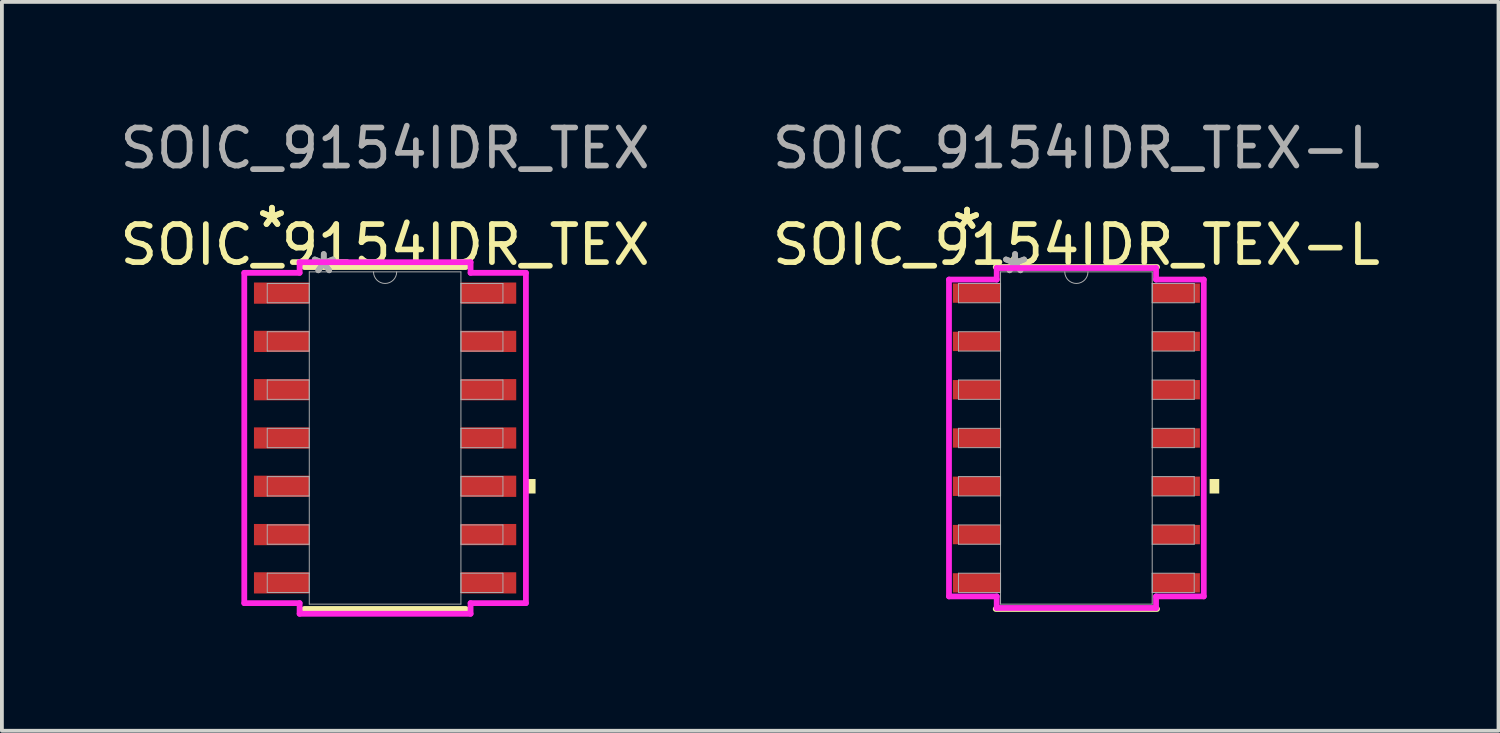
<source format=kicad_pcb>
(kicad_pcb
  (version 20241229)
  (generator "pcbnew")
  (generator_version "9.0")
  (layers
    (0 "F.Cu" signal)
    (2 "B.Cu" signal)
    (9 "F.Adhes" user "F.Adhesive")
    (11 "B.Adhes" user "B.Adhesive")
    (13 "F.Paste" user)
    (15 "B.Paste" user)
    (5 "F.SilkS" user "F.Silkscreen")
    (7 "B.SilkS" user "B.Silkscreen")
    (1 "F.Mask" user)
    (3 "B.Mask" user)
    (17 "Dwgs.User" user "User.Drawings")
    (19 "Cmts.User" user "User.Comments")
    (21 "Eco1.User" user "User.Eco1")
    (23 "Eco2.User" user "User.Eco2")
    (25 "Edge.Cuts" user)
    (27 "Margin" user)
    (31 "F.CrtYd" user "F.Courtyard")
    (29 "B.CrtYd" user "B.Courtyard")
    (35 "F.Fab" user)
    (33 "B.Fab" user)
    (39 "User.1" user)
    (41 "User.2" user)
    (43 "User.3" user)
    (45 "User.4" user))
  (footprint "SOIC_9154IDR_TEX"
    (layer "F.Cu")
    (at 7.077 8.468)
    (property "Reference" "SOIC_9154IDR_TEX" (at 0 -5.08 0) (unlocked yes) (layer "F.SilkS") (effects (font (size 1 1) (thickness 0.15))))
    (attr smd)
    (fp_line (start -2.121 4.496) (end 2.121 4.496) (stroke (width 0.152) (type solid)) (layer "F.SilkS"))
    (fp_line (start 2.121 -4.496) (end -2.121 -4.496) (stroke (width 0.152) (type solid)) (layer "F.SilkS"))
    (fp_poly (pts (xy 3.957 1.079) (xy 3.957 1.46) (xy 3.703 1.46) (xy 3.703 1.079)) (stroke (width 0) (type solid)) (fill yes) (layer "F.SilkS"))
    (fp_line (start -3.703 -4.343) (end -2.248 -4.343) (stroke (width 0.152) (type solid)) (layer "F.CrtYd"))
    (fp_line (start -3.703 4.343) (end -3.703 -4.343) (stroke (width 0.152) (type solid)) (layer "F.CrtYd"))
    (fp_line (start -3.703 4.343) (end -2.248 4.343) (stroke (width 0.152) (type solid)) (layer "F.CrtYd"))
    (fp_line (start -2.248 -4.623) (end 2.248 -4.623) (stroke (width 0.152) (type solid)) (layer "F.CrtYd"))
    (fp_line (start -2.248 -4.343) (end -2.248 -4.623) (stroke (width 0.152) (type solid)) (layer "F.CrtYd"))
    (fp_line (start -2.248 4.623) (end -2.248 4.343) (stroke (width 0.152) (type solid)) (layer "F.CrtYd"))
    (fp_line (start 2.248 -4.623) (end 2.248 -4.343) (stroke (width 0.152) (type solid)) (layer "F.CrtYd"))
    (fp_line (start 2.248 4.343) (end 2.248 4.623) (stroke (width 0.152) (type solid)) (layer "F.CrtYd"))
    (fp_line (start 2.248 4.623) (end -2.248 4.623) (stroke (width 0.152) (type solid)) (layer "F.CrtYd"))
    (fp_line (start 3.703 -4.343) (end 2.248 -4.343) (stroke (width 0.152) (type solid)) (layer "F.CrtYd"))
    (fp_line (start 3.703 -4.343) (end 3.703 4.343) (stroke (width 0.152) (type solid)) (layer "F.CrtYd"))
    (fp_line (start 3.703 4.343) (end 2.248 4.343) (stroke (width 0.152) (type solid)) (layer "F.CrtYd"))
    (fp_line (start -3.099 -4.064) (end -3.099 -3.556) (stroke (width 0.025) (type solid)) (layer "F.Fab"))
    (fp_line (start -3.099 -3.556) (end -1.994 -3.556) (stroke (width 0.025) (type solid)) (layer "F.Fab"))
    (fp_line (start -3.099 -2.794) (end -3.099 -2.286) (stroke (width 0.025) (type solid)) (layer "F.Fab"))
    (fp_line (start -3.099 -2.286) (end -1.994 -2.286) (stroke (width 0.025) (type solid)) (layer "F.Fab"))
    (fp_line (start -3.099 -1.524) (end -3.099 -1.016) (stroke (width 0.025) (type solid)) (layer "F.Fab"))
    (fp_line (start -3.099 -1.016) (end -1.994 -1.016) (stroke (width 0.025) (type solid)) (layer "F.Fab"))
    (fp_line (start -3.099 -0.254) (end -3.099 0.254) (stroke (width 0.025) (type solid)) (layer "F.Fab"))
    (fp_line (start -3.099 0.254) (end -1.994 0.254) (stroke (width 0.025) (type solid)) (layer "F.Fab"))
    (fp_line (start -3.099 1.016) (end -3.099 1.524) (stroke (width 0.025) (type solid)) (layer "F.Fab"))
    (fp_line (start -3.099 1.524) (end -1.994 1.524) (stroke (width 0.025) (type solid)) (layer "F.Fab"))
    (fp_line (start -3.099 2.286) (end -3.099 2.794) (stroke (width 0.025) (type solid)) (layer "F.Fab"))
    (fp_line (start -3.099 2.794) (end -1.994 2.794) (stroke (width 0.025) (type solid)) (layer "F.Fab"))
    (fp_line (start -3.099 3.556) (end -3.099 4.064) (stroke (width 0.025) (type solid)) (layer "F.Fab"))
    (fp_line (start -3.099 4.064) (end -1.994 4.064) (stroke (width 0.025) (type solid)) (layer "F.Fab"))
    (fp_line (start -1.994 -4.369) (end -1.994 4.369) (stroke (width 0.025) (type solid)) (layer "F.Fab"))
    (fp_line (start -1.994 -4.064) (end -3.099 -4.064) (stroke (width 0.025) (type solid)) (layer "F.Fab"))
    (fp_line (start -1.994 -3.556) (end -1.994 -4.064) (stroke (width 0.025) (type solid)) (layer "F.Fab"))
    (fp_line (start -1.994 -2.794) (end -3.099 -2.794) (stroke (width 0.025) (type solid)) (layer "F.Fab"))
    (fp_line (start -1.994 -2.286) (end -1.994 -2.794) (stroke (width 0.025) (type solid)) (layer "F.Fab"))
    (fp_line (start -1.994 -1.524) (end -3.099 -1.524) (stroke (width 0.025) (type solid)) (layer "F.Fab"))
    (fp_line (start -1.994 -1.016) (end -1.994 -1.524) (stroke (width 0.025) (type solid)) (layer "F.Fab"))
    (fp_line (start -1.994 -0.254) (end -3.099 -0.254) (stroke (width 0.025) (type solid)) (layer "F.Fab"))
    (fp_line (start -1.994 0.254) (end -1.994 -0.254) (stroke (width 0.025) (type solid)) (layer "F.Fab"))
    (fp_line (start -1.994 1.016) (end -3.099 1.016) (stroke (width 0.025) (type solid)) (layer "F.Fab"))
    (fp_line (start -1.994 1.524) (end -1.994 1.016) (stroke (width 0.025) (type solid)) (layer "F.Fab"))
    (fp_line (start -1.994 2.286) (end -3.099 2.286) (stroke (width 0.025) (type solid)) (layer "F.Fab"))
    (fp_line (start -1.994 2.794) (end -1.994 2.286) (stroke (width 0.025) (type solid)) (layer "F.Fab"))
    (fp_line (start -1.994 3.556) (end -3.099 3.556) (stroke (width 0.025) (type solid)) (layer "F.Fab"))
    (fp_line (start -1.994 4.064) (end -1.994 3.556) (stroke (width 0.025) (type solid)) (layer "F.Fab"))
    (fp_line (start -1.994 4.369) (end 1.994 4.369) (stroke (width 0.025) (type solid)) (layer "F.Fab"))
    (fp_line (start 1.994 -4.369) (end -1.994 -4.369) (stroke (width 0.025) (type solid)) (layer "F.Fab"))
    (fp_line (start 1.994 -4.064) (end 1.994 -3.556) (stroke (width 0.025) (type solid)) (layer "F.Fab"))
    (fp_line (start 1.994 -3.556) (end 3.099 -3.556) (stroke (width 0.025) (type solid)) (layer "F.Fab"))
    (fp_line (start 1.994 -2.794) (end 1.994 -2.286) (stroke (width 0.025) (type solid)) (layer "F.Fab"))
    (fp_line (start 1.994 -2.286) (end 3.099 -2.286) (stroke (width 0.025) (type solid)) (layer "F.Fab"))
    (fp_line (start 1.994 -1.524) (end 1.994 -1.016) (stroke (width 0.025) (type solid)) (layer "F.Fab"))
    (fp_line (start 1.994 -1.016) (end 3.099 -1.016) (stroke (width 0.025) (type solid)) (layer "F.Fab"))
    (fp_line (start 1.994 -0.254) (end 1.994 0.254) (stroke (width 0.025) (type solid)) (layer "F.Fab"))
    (fp_line (start 1.994 0.254) (end 3.099 0.254) (stroke (width 0.025) (type solid)) (layer "F.Fab"))
    (fp_line (start 1.994 1.016) (end 1.994 1.524) (stroke (width 0.025) (type solid)) (layer "F.Fab"))
    (fp_line (start 1.994 1.524) (end 3.099 1.524) (stroke (width 0.025) (type solid)) (layer "F.Fab"))
    (fp_line (start 1.994 2.286) (end 1.994 2.794) (stroke (width 0.025) (type solid)) (layer "F.Fab"))
    (fp_line (start 1.994 2.794) (end 3.099 2.794) (stroke (width 0.025) (type solid)) (layer "F.Fab"))
    (fp_line (start 1.994 3.556) (end 1.994 4.064) (stroke (width 0.025) (type solid)) (layer "F.Fab"))
    (fp_line (start 1.994 4.064) (end 3.099 4.064) (stroke (width 0.025) (type solid)) (layer "F.Fab"))
    (fp_line (start 1.994 4.369) (end 1.994 -4.369) (stroke (width 0.025) (type solid)) (layer "F.Fab"))
    (fp_line (start 3.099 -4.064) (end 1.994 -4.064) (stroke (width 0.025) (type solid)) (layer "F.Fab"))
    (fp_line (start 3.099 -3.556) (end 3.099 -4.064) (stroke (width 0.025) (type solid)) (layer "F.Fab"))
    (fp_line (start 3.099 -2.794) (end 1.994 -2.794) (stroke (width 0.025) (type solid)) (layer "F.Fab"))
    (fp_line (start 3.099 -2.286) (end 3.099 -2.794) (stroke (width 0.025) (type solid)) (layer "F.Fab"))
    (fp_line (start 3.099 -1.524) (end 1.994 -1.524) (stroke (width 0.025) (type solid)) (layer "F.Fab"))
    (fp_line (start 3.099 -1.016) (end 3.099 -1.524) (stroke (width 0.025) (type solid)) (layer "F.Fab"))
    (fp_line (start 3.099 -0.254) (end 1.994 -0.254) (stroke (width 0.025) (type solid)) (layer "F.Fab"))
    (fp_line (start 3.099 0.254) (end 3.099 -0.254) (stroke (width 0.025) (type solid)) (layer "F.Fab"))
    (fp_line (start 3.099 1.016) (end 1.994 1.016) (stroke (width 0.025) (type solid)) (layer "F.Fab"))
    (fp_line (start 3.099 1.524) (end 3.099 1.016) (stroke (width 0.025) (type solid)) (layer "F.Fab"))
    (fp_line (start 3.099 2.286) (end 1.994 2.286) (stroke (width 0.025) (type solid)) (layer "F.Fab"))
    (fp_line (start 3.099 2.794) (end 3.099 2.286) (stroke (width 0.025) (type solid)) (layer "F.Fab"))
    (fp_line (start 3.099 3.556) (end 1.994 3.556) (stroke (width 0.025) (type solid)) (layer "F.Fab"))
    (fp_line (start 3.099 4.064) (end 3.099 3.556) (stroke (width 0.025) (type solid)) (layer "F.Fab"))
    (fp_arc (start 0.3048 -4.3688) (mid 0 -4.064) (end -0.3048 -4.3688) (stroke (width 0.0254) (type solid)) (layer "F.Fab"))
    (fp_text user "*" (at -2.975 -5.511 0) (unlocked yes) (layer "F.SilkS") (effects (font (size 1 1) (thickness 0.15))))
    (fp_text user "*" (at -2.975 -5.511 0) (layer "F.SilkS") (effects (font (size 1 1) (thickness 0.15))))
    (fp_text user "*" (at -1.613 -4.293 0) (unlocked yes) (layer "F.Fab") (effects (font (size 1 1) (thickness 0.15))))
    (fp_text user "*" (at -1.613 -4.293 0) (layer "F.Fab") (effects (font (size 1 1) (thickness 0.15))))
    (fp_text user "${REFERENCE}" (at 0 -7.62 0) (unlocked yes) (layer "F.Fab") (effects (font (size 1 1) (thickness 0.15))))
    (pad "1" smd rect (at -2.721 -3.81) (size 1.455 0.558) (layers "F.Cu" "F.Mask" "F.Paste"))
    (pad "2" smd rect (at -2.721 -2.54) (size 1.455 0.558) (layers "F.Cu" "F.Mask" "F.Paste"))
    (pad "3" smd rect (at -2.721 -1.27) (size 1.455 0.558) (layers "F.Cu" "F.Mask" "F.Paste"))
    (pad "4" smd rect (at -2.721 0) (size 1.455 0.558) (layers "F.Cu" "F.Mask" "F.Paste"))
    (pad "5" smd rect (at -2.721 1.27) (size 1.455 0.558) (layers "F.Cu" "F.Mask" "F.Paste"))
    (pad "6" smd rect (at -2.721 2.54) (size 1.455 0.558) (layers "F.Cu" "F.Mask" "F.Paste"))
    (pad "7" smd rect (at -2.721 3.81) (size 1.455 0.558) (layers "F.Cu" "F.Mask" "F.Paste"))
    (pad "8" smd rect (at 2.721 3.81) (size 1.455 0.558) (layers "F.Cu" "F.Mask" "F.Paste"))
    (pad "9" smd rect (at 2.721 2.54) (size 1.455 0.558) (layers "F.Cu" "F.Mask" "F.Paste"))
    (pad "10" smd rect (at 2.721 1.27) (size 1.455 0.558) (layers "F.Cu" "F.Mask" "F.Paste"))
    (pad "11" smd rect (at 2.721 0) (size 1.455 0.558) (layers "F.Cu" "F.Mask" "F.Paste"))
    (pad "12" smd rect (at 2.721 -1.27) (size 1.455 0.558) (layers "F.Cu" "F.Mask" "F.Paste"))
    (pad "13" smd rect (at 2.721 -2.54) (size 1.455 0.558) (layers "F.Cu" "F.Mask" "F.Paste"))
    (pad "14" smd rect (at 2.721 -3.81) (size 1.455 0.558) (layers "F.Cu" "F.Mask" "F.Paste")))
  (footprint "SOIC_9154IDR_TEX-L"
    (layer "F.Cu")
    (at 25.256 8.468)
    (property "Reference" "SOIC_9154IDR_TEX-L" (at 0 -5.08 0) (unlocked yes) (layer "F.SilkS") (effects (font (size 1 1) (thickness 0.15))))
    (attr smd)
    (fp_line (start -2.121 4.496) (end 2.121 4.496) (stroke (width 0.152) (type solid)) (layer "F.SilkS"))
    (fp_line (start 2.121 -4.496) (end -2.121 -4.496) (stroke (width 0.152) (type solid)) (layer "F.SilkS"))
    (fp_poly (pts (xy 3.757 1.079) (xy 3.757 1.46) (xy 3.503 1.46) (xy 3.503 1.079)) (stroke (width 0) (type solid)) (fill yes) (layer "F.SilkS"))
    (fp_line (start -3.35 -4.166) (end -2.095 -4.166) (stroke (width 0.152) (type solid)) (layer "F.CrtYd"))
    (fp_line (start -3.35 4.166) (end -3.35 -4.166) (stroke (width 0.152) (type solid)) (layer "F.CrtYd"))
    (fp_line (start -3.35 4.166) (end -2.095 4.166) (stroke (width 0.152) (type solid)) (layer "F.CrtYd"))
    (fp_line (start -2.095 -4.47) (end 2.095 -4.47) (stroke (width 0.152) (type solid)) (layer "F.CrtYd"))
    (fp_line (start -2.095 -4.166) (end -2.095 -4.47) (stroke (width 0.152) (type solid)) (layer "F.CrtYd"))
    (fp_line (start -2.095 4.47) (end -2.095 4.166) (stroke (width 0.152) (type solid)) (layer "F.CrtYd"))
    (fp_line (start 2.095 -4.47) (end 2.095 -4.166) (stroke (width 0.152) (type solid)) (layer "F.CrtYd"))
    (fp_line (start 2.095 4.166) (end 2.095 4.47) (stroke (width 0.152) (type solid)) (layer "F.CrtYd"))
    (fp_line (start 2.095 4.47) (end -2.095 4.47) (stroke (width 0.152) (type solid)) (layer "F.CrtYd"))
    (fp_line (start 3.35 -4.166) (end 2.095 -4.166) (stroke (width 0.152) (type solid)) (layer "F.CrtYd"))
    (fp_line (start 3.35 -4.166) (end 3.35 4.166) (stroke (width 0.152) (type solid)) (layer "F.CrtYd"))
    (fp_line (start 3.35 4.166) (end 2.095 4.166) (stroke (width 0.152) (type solid)) (layer "F.CrtYd"))
    (fp_line (start -3.099 -4.064) (end -3.099 -3.556) (stroke (width 0.025) (type solid)) (layer "F.Fab"))
    (fp_line (start -3.099 -3.556) (end -1.994 -3.556) (stroke (width 0.025) (type solid)) (layer "F.Fab"))
    (fp_line (start -3.099 -2.794) (end -3.099 -2.286) (stroke (width 0.025) (type solid)) (layer "F.Fab"))
    (fp_line (start -3.099 -2.286) (end -1.994 -2.286) (stroke (width 0.025) (type solid)) (layer "F.Fab"))
    (fp_line (start -3.099 -1.524) (end -3.099 -1.016) (stroke (width 0.025) (type solid)) (layer "F.Fab"))
    (fp_line (start -3.099 -1.016) (end -1.994 -1.016) (stroke (width 0.025) (type solid)) (layer "F.Fab"))
    (fp_line (start -3.099 -0.254) (end -3.099 0.254) (stroke (width 0.025) (type solid)) (layer "F.Fab"))
    (fp_line (start -3.099 0.254) (end -1.994 0.254) (stroke (width 0.025) (type solid)) (layer "F.Fab"))
    (fp_line (start -3.099 1.016) (end -3.099 1.524) (stroke (width 0.025) (type solid)) (layer "F.Fab"))
    (fp_line (start -3.099 1.524) (end -1.994 1.524) (stroke (width 0.025) (type solid)) (layer "F.Fab"))
    (fp_line (start -3.099 2.286) (end -3.099 2.794) (stroke (width 0.025) (type solid)) (layer "F.Fab"))
    (fp_line (start -3.099 2.794) (end -1.994 2.794) (stroke (width 0.025) (type solid)) (layer "F.Fab"))
    (fp_line (start -3.099 3.556) (end -3.099 4.064) (stroke (width 0.025) (type solid)) (layer "F.Fab"))
    (fp_line (start -3.099 4.064) (end -1.994 4.064) (stroke (width 0.025) (type solid)) (layer "F.Fab"))
    (fp_line (start -1.994 -4.369) (end -1.994 4.369) (stroke (width 0.025) (type solid)) (layer "F.Fab"))
    (fp_line (start -1.994 -4.064) (end -3.099 -4.064) (stroke (width 0.025) (type solid)) (layer "F.Fab"))
    (fp_line (start -1.994 -3.556) (end -1.994 -4.064) (stroke (width 0.025) (type solid)) (layer "F.Fab"))
    (fp_line (start -1.994 -2.794) (end -3.099 -2.794) (stroke (width 0.025) (type solid)) (layer "F.Fab"))
    (fp_line (start -1.994 -2.286) (end -1.994 -2.794) (stroke (width 0.025) (type solid)) (layer "F.Fab"))
    (fp_line (start -1.994 -1.524) (end -3.099 -1.524) (stroke (width 0.025) (type solid)) (layer "F.Fab"))
    (fp_line (start -1.994 -1.016) (end -1.994 -1.524) (stroke (width 0.025) (type solid)) (layer "F.Fab"))
    (fp_line (start -1.994 -0.254) (end -3.099 -0.254) (stroke (width 0.025) (type solid)) (layer "F.Fab"))
    (fp_line (start -1.994 0.254) (end -1.994 -0.254) (stroke (width 0.025) (type solid)) (layer "F.Fab"))
    (fp_line (start -1.994 1.016) (end -3.099 1.016) (stroke (width 0.025) (type solid)) (layer "F.Fab"))
    (fp_line (start -1.994 1.524) (end -1.994 1.016) (stroke (width 0.025) (type solid)) (layer "F.Fab"))
    (fp_line (start -1.994 2.286) (end -3.099 2.286) (stroke (width 0.025) (type solid)) (layer "F.Fab"))
    (fp_line (start -1.994 2.794) (end -1.994 2.286) (stroke (width 0.025) (type solid)) (layer "F.Fab"))
    (fp_line (start -1.994 3.556) (end -3.099 3.556) (stroke (width 0.025) (type solid)) (layer "F.Fab"))
    (fp_line (start -1.994 4.064) (end -1.994 3.556) (stroke (width 0.025) (type solid)) (layer "F.Fab"))
    (fp_line (start -1.994 4.369) (end 1.994 4.369) (stroke (width 0.025) (type solid)) (layer "F.Fab"))
    (fp_line (start 1.994 -4.369) (end -1.994 -4.369) (stroke (width 0.025) (type solid)) (layer "F.Fab"))
    (fp_line (start 1.994 -4.064) (end 1.994 -3.556) (stroke (width 0.025) (type solid)) (layer "F.Fab"))
    (fp_line (start 1.994 -3.556) (end 3.099 -3.556) (stroke (width 0.025) (type solid)) (layer "F.Fab"))
    (fp_line (start 1.994 -2.794) (end 1.994 -2.286) (stroke (width 0.025) (type solid)) (layer "F.Fab"))
    (fp_line (start 1.994 -2.286) (end 3.099 -2.286) (stroke (width 0.025) (type solid)) (layer "F.Fab"))
    (fp_line (start 1.994 -1.524) (end 1.994 -1.016) (stroke (width 0.025) (type solid)) (layer "F.Fab"))
    (fp_line (start 1.994 -1.016) (end 3.099 -1.016) (stroke (width 0.025) (type solid)) (layer "F.Fab"))
    (fp_line (start 1.994 -0.254) (end 1.994 0.254) (stroke (width 0.025) (type solid)) (layer "F.Fab"))
    (fp_line (start 1.994 0.254) (end 3.099 0.254) (stroke (width 0.025) (type solid)) (layer "F.Fab"))
    (fp_line (start 1.994 1.016) (end 1.994 1.524) (stroke (width 0.025) (type solid)) (layer "F.Fab"))
    (fp_line (start 1.994 1.524) (end 3.099 1.524) (stroke (width 0.025) (type solid)) (layer "F.Fab"))
    (fp_line (start 1.994 2.286) (end 1.994 2.794) (stroke (width 0.025) (type solid)) (layer "F.Fab"))
    (fp_line (start 1.994 2.794) (end 3.099 2.794) (stroke (width 0.025) (type solid)) (layer "F.Fab"))
    (fp_line (start 1.994 3.556) (end 1.994 4.064) (stroke (width 0.025) (type solid)) (layer "F.Fab"))
    (fp_line (start 1.994 4.064) (end 3.099 4.064) (stroke (width 0.025) (type solid)) (layer "F.Fab"))
    (fp_line (start 1.994 4.369) (end 1.994 -4.369) (stroke (width 0.025) (type solid)) (layer "F.Fab"))
    (fp_line (start 3.099 -4.064) (end 1.994 -4.064) (stroke (width 0.025) (type solid)) (layer "F.Fab"))
    (fp_line (start 3.099 -3.556) (end 3.099 -4.064) (stroke (width 0.025) (type solid)) (layer "F.Fab"))
    (fp_line (start 3.099 -2.794) (end 1.994 -2.794) (stroke (width 0.025) (type solid)) (layer "F.Fab"))
    (fp_line (start 3.099 -2.286) (end 3.099 -2.794) (stroke (width 0.025) (type solid)) (layer "F.Fab"))
    (fp_line (start 3.099 -1.524) (end 1.994 -1.524) (stroke (width 0.025) (type solid)) (layer "F.Fab"))
    (fp_line (start 3.099 -1.016) (end 3.099 -1.524) (stroke (width 0.025) (type solid)) (layer "F.Fab"))
    (fp_line (start 3.099 -0.254) (end 1.994 -0.254) (stroke (width 0.025) (type solid)) (layer "F.Fab"))
    (fp_line (start 3.099 0.254) (end 3.099 -0.254) (stroke (width 0.025) (type solid)) (layer "F.Fab"))
    (fp_line (start 3.099 1.016) (end 1.994 1.016) (stroke (width 0.025) (type solid)) (layer "F.Fab"))
    (fp_line (start 3.099 1.524) (end 3.099 1.016) (stroke (width 0.025) (type solid)) (layer "F.Fab"))
    (fp_line (start 3.099 2.286) (end 1.994 2.286) (stroke (width 0.025) (type solid)) (layer "F.Fab"))
    (fp_line (start 3.099 2.794) (end 3.099 2.286) (stroke (width 0.025) (type solid)) (layer "F.Fab"))
    (fp_line (start 3.099 3.556) (end 1.994 3.556) (stroke (width 0.025) (type solid)) (layer "F.Fab"))
    (fp_line (start 3.099 4.064) (end 3.099 3.556) (stroke (width 0.025) (type solid)) (layer "F.Fab"))
    (fp_arc (start 0.3048 -4.3688) (mid 0 -4.064) (end -0.3048 -4.3688) (stroke (width 0.0254) (type solid)) (layer "F.Fab"))
    (fp_text user "*" (at -2.875 -5.461 0) (unlocked yes) (layer "F.SilkS") (effects (font (size 1 1) (thickness 0.15))))
    (fp_text user "*" (at -2.875 -5.461 0) (layer "F.SilkS") (effects (font (size 1 1) (thickness 0.15))))
    (fp_text user "*" (at -1.613 -4.293 0) (unlocked yes) (layer "F.Fab") (effects (font (size 1 1) (thickness 0.15))))
    (fp_text user "*" (at -1.613 -4.293 0) (layer "F.Fab") (effects (font (size 1 1) (thickness 0.15))))
    (fp_text user "${REFERENCE}" (at 0 -7.62 0) (unlocked yes) (layer "F.Fab") (effects (font (size 1 1) (thickness 0.15))))
    (pad "1" smd rect (at -2.621 -3.81) (size 1.255 0.508) (layers "F.Cu" "F.Mask" "F.Paste"))
    (pad "2" smd rect (at -2.621 -2.54) (size 1.255 0.508) (layers "F.Cu" "F.Mask" "F.Paste"))
    (pad "3" smd rect (at -2.621 -1.27) (size 1.255 0.508) (layers "F.Cu" "F.Mask" "F.Paste"))
    (pad "4" smd rect (at -2.621 0) (size 1.255 0.508) (layers "F.Cu" "F.Mask" "F.Paste"))
    (pad "5" smd rect (at -2.621 1.27) (size 1.255 0.508) (layers "F.Cu" "F.Mask" "F.Paste"))
    (pad "6" smd rect (at -2.621 2.54) (size 1.255 0.508) (layers "F.Cu" "F.Mask" "F.Paste"))
    (pad "7" smd rect (at -2.621 3.81) (size 1.255 0.508) (layers "F.Cu" "F.Mask" "F.Paste"))
    (pad "8" smd rect (at 2.621 3.81) (size 1.255 0.508) (layers "F.Cu" "F.Mask" "F.Paste"))
    (pad "9" smd rect (at 2.621 2.54) (size 1.255 0.508) (layers "F.Cu" "F.Mask" "F.Paste"))
    (pad "10" smd rect (at 2.621 1.27) (size 1.255 0.508) (layers "F.Cu" "F.Mask" "F.Paste"))
    (pad "11" smd rect (at 2.621 0) (size 1.255 0.508) (layers "F.Cu" "F.Mask" "F.Paste"))
    (pad "12" smd rect (at 2.621 -1.27) (size 1.255 0.508) (layers "F.Cu" "F.Mask" "F.Paste"))
    (pad "13" smd rect (at 2.621 -2.54) (size 1.255 0.508) (layers "F.Cu" "F.Mask" "F.Paste"))
    (pad "14" smd rect (at 2.621 -3.81) (size 1.255 0.508) (layers "F.Cu" "F.Mask" "F.Paste")))
  (gr_rect
    (start -3 -3)
    (end 36.357 16.167)
    (stroke (width 0.1) (type default))
    (fill no)
    (layer "Edge.Cuts")))
</source>
